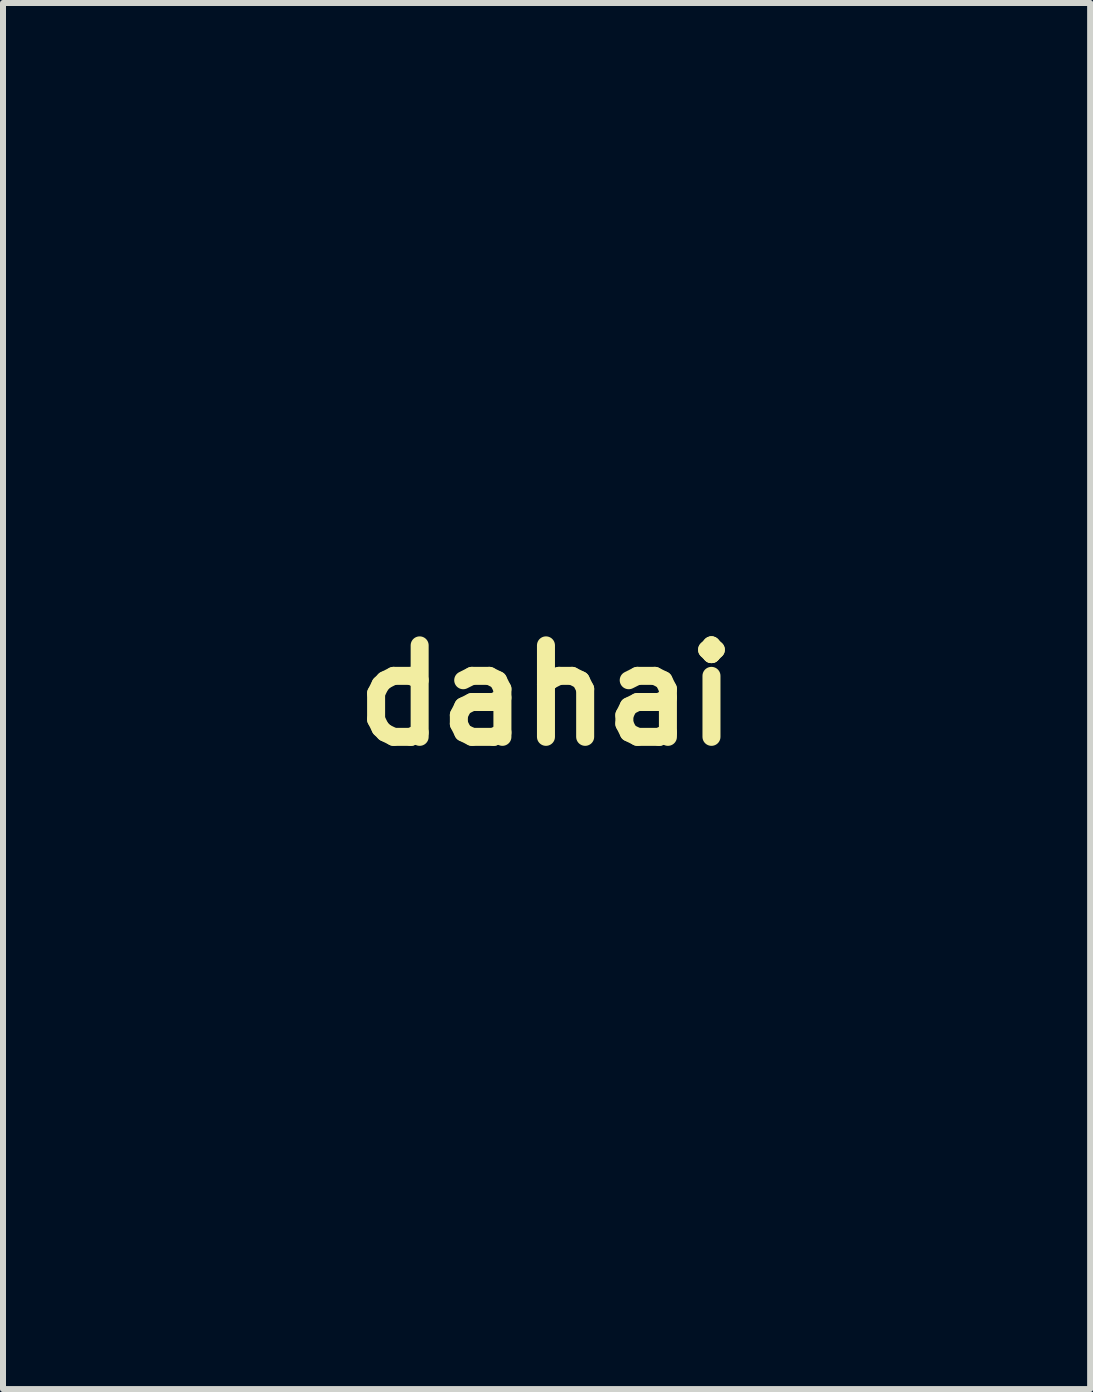
<source format=kicad_pcb>
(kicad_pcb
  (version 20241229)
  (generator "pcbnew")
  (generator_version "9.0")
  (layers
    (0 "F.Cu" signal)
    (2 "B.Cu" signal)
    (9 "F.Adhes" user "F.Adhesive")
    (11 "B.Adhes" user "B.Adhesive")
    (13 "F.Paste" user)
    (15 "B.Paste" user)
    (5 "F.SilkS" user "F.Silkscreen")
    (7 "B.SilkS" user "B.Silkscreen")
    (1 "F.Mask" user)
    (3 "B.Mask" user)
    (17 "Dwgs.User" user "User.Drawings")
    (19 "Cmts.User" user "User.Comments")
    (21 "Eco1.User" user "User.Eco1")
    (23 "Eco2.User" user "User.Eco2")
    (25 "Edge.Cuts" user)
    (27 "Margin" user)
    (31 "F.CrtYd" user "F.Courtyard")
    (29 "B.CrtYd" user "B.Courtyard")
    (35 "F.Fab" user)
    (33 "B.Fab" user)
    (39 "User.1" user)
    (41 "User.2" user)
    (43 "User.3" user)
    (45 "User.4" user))
  (footprint "dahai"
    (layer "F.Cu")
    (at 6.047 8.538)
    (property "Reference" "dahai" (at 0 0 0) (layer "F.SilkS") (effects (font (size 1.524 1.524) (thickness 0.3))))
    (attr through_hole)
    (fp_poly (pts (xy -2.54 -7.07) (xy -2.582 -7.027) (xy -2.625 -7.07) (xy -2.582 -7.112) (xy -2.54 -7.07)) (stroke (width 0.01) (type solid)) (fill yes) (layer "F.Mask"))
    (fp_poly (pts (xy 2.709 0.889) (xy 2.667 0.931) (xy 2.625 0.889) (xy 2.667 0.847) (xy 2.709 0.889)) (stroke (width 0.01) (type solid)) (fill yes) (layer "F.Mask"))
    (fp_poly (pts (xy 2.512 0.79) (xy 2.522 0.891) (xy 2.512 0.903) (xy 2.461 0.891) (xy 2.455 0.847) (xy 2.486 0.777) (xy 2.512 0.79)) (stroke (width 0.01) (type solid)) (fill yes) (layer "F.Mask"))
    (fp_poly (pts (xy 2.85 0.79) (xy 2.861 0.891) (xy 2.85 0.903) (xy 2.8 0.891) (xy 2.794 0.847) (xy 2.825 0.777) (xy 2.85 0.79)) (stroke (width 0.01) (type solid)) (fill yes) (layer "F.Mask"))
    (fp_poly (pts (xy 3.298 -2.238) (xy 3.319 -2.218) (xy 3.377 -2.103) (xy 3.319 -2.015) (xy 3.243 -1.973) (xy 3.218 -2.076) (xy 3.217 -2.117) (xy 3.234 -2.251) (xy 3.298 -2.238)) (stroke (width 0.01) (type solid)) (fill yes) (layer "F.Mask"))
    (fp_poly (pts (xy -1.87 -7.638) (xy -1.863 -7.595) (xy -1.922 -7.439) (xy -2.053 -7.311) (xy -2.14 -7.281) (xy -2.148 -7.33) (xy -2.08 -7.415) (xy -1.993 -7.551) (xy -1.994 -7.627) (xy -1.98 -7.7) (xy -1.952 -7.705) (xy -1.87 -7.638)) (stroke (width 0.01) (type solid)) (fill yes) (layer "F.Mask"))
    (fp_poly (pts (xy 2.549 -2.831) (xy 2.588 -2.754) (xy 2.528 -2.7) (xy 2.321 -2.629) (xy 2.169 -2.697) (xy 2.153 -2.718) (xy 2.16 -2.776) (xy 2.275 -2.755) (xy 2.422 -2.743) (xy 2.455 -2.793) (xy 2.508 -2.846) (xy 2.549 -2.831)) (stroke (width 0.01) (type solid)) (fill yes) (layer "F.Mask"))
    (fp_poly (pts (xy 3.342 -1.542) (xy 3.344 -1.523) (xy 3.23 -1.464) (xy 3.03 -1.439) (xy 3.029 -1.439) (xy 2.858 -1.448) (xy 2.799 -1.468) (xy 2.801 -1.47) (xy 2.915 -1.518) (xy 3.086 -1.55) (xy 3.25 -1.56) (xy 3.342 -1.542)) (stroke (width 0.01) (type solid)) (fill yes) (layer "F.Mask"))
    (fp_poly (pts (xy 3.571 0.657) (xy 3.698 0.698) (xy 3.667 0.735) (xy 3.592 0.763) (xy 3.264 0.867) (xy 3.066 0.893) (xy 2.978 0.842) (xy 2.97 0.785) (xy 2.992 0.704) (xy 3.016 0.732) (xy 3.111 0.786) (xy 3.26 0.776) (xy 3.372 0.714) (xy 3.387 0.675) (xy 3.455 0.641) (xy 3.571 0.657)) (stroke (width 0.01) (type solid)) (fill yes) (layer "F.Mask"))
    (fp_poly (pts (xy 3.92 -2.909) (xy 3.942 -2.898) (xy 4.027 -2.819) (xy 3.964 -2.733) (xy 3.833 -2.693) (xy 3.747 -2.756) (xy 3.713 -2.836) (xy 3.81 -2.836) (xy 3.852 -2.794) (xy 3.895 -2.836) (xy 3.852 -2.879) (xy 3.81 -2.836) (xy 3.713 -2.836) (xy 3.697 -2.875) (xy 3.769 -2.938) (xy 3.92 -2.909)) (stroke (width 0.01) (type solid)) (fill yes) (layer "F.Mask"))
    (fp_poly (pts (xy -1.299 3.547) (xy -1.06 3.655) (xy -1.253 3.759) (xy -1.386 3.84) (xy -1.382 3.913) (xy -1.276 4.016) (xy -1.169 4.195) (xy -1.205 4.363) (xy -1.364 4.471) (xy -1.486 4.487) (xy -1.659 4.439) (xy -1.797 4.27) (xy -1.84 4.186) (xy -1.928 3.939) (xy -1.909 3.77) (xy -1.896 3.748) (xy -1.701 3.539) (xy -1.472 3.494) (xy -1.299 3.547)) (stroke (width 0.01) (type solid)) (fill yes) (layer "F.Mask"))
    (fp_poly (pts (xy -0.401 3.535) (xy -0.234 3.652) (xy -0.163 3.719) (xy 0.018 3.973) (xy 0.067 4.21) (xy 0.000362 4.398) (xy -0.168 4.505) (xy -0.422 4.498) (xy -0.508 4.47) (xy -0.649 4.404) (xy -0.645 4.342) (xy -0.578 4.286) (xy -0.485 4.153) (xy -0.513 4.059) (xy -0.58 3.866) (xy -0.581 3.66) (xy -0.517 3.52) (xy -0.507 3.513) (xy -0.401 3.535)) (stroke (width 0.01) (type solid)) (fill yes) (layer "F.Mask"))
    (fp_poly (pts (xy -1.473 4.945) (xy -1.27 5.038) (xy -1.128 5.124) (xy -1.128 5.156) (xy -1.249 5.162) (xy -1.409 5.197) (xy -1.414 5.297) (xy -1.27 5.461) (xy -1.122 5.674) (xy -1.128 5.886) (xy -1.202 5.994) (xy -1.402 6.09) (xy -1.638 6.032) (xy -1.821 5.892) (xy -2.03 5.612) (xy -2.096 5.349) (xy -2.013 5.128) (xy -1.951 5.066) (xy -1.714 4.934) (xy -1.473 4.945)) (stroke (width 0.01) (type solid)) (fill yes) (layer "F.Mask"))
    (fp_poly (pts (xy -0.283 5.048) (xy -0.107 5.204) (xy 0.019 5.427) (xy 0.067 5.667) (xy 0.01 5.871) (xy -0.003 5.888) (xy -0.184 5.99) (xy -0.434 6) (xy -0.678 5.918) (xy -0.725 5.887) (xy -0.829 5.798) (xy -0.794 5.765) (xy -0.656 5.76) (xy -0.468 5.726) (xy -0.438 5.634) (xy -0.554 5.5) (xy -0.651 5.338) (xy -0.641 5.157) (xy -0.534 5.028) (xy -0.481 5.01) (xy -0.283 5.048)) (stroke (width 0.01) (type solid)) (fill yes) (layer "F.Mask"))
    (fp_poly (pts (xy 2.728 -0.031) (xy 2.888 0.011) (xy 3.075 0.011) (xy 3.265 0.025) (xy 3.354 0.139) (xy 3.36 0.162) (xy 3.472 0.31) (xy 3.613 0.339) (xy 3.751 0.367) (xy 3.768 0.423) (xy 3.637 0.502) (xy 3.477 0.477) (xy 3.442 0.451) (xy 3.333 0.421) (xy 3.107 0.401) (xy 2.856 0.396) (xy 2.616 0.393) (xy 2.492 0.382) (xy 2.511 0.364) (xy 2.512 0.364) (xy 2.646 0.3) (xy 2.663 0.148) (xy 2.658 0.115) (xy 2.65 -0.031) (xy 2.713 -0.04) (xy 2.728 -0.031)) (stroke (width 0.01) (type solid)) (fill yes) (layer "F.Mask"))
    (fp_poly (pts (xy 2.703 -3.026) (xy 2.907 -2.93) (xy 2.991 -2.773) (xy 2.983 -2.689) (xy 2.843 -2.448) (xy 2.588 -2.316) (xy 2.238 -2.301) (xy 2.015 -2.344) (xy 1.854 -2.455) (xy 1.799 -2.636) (xy 1.806 -2.663) (xy 1.947 -2.663) (xy 1.965 -2.533) (xy 2.048 -2.472) (xy 2.242 -2.456) (xy 2.311 -2.455) (xy 2.561 -2.478) (xy 2.744 -2.534) (xy 2.777 -2.557) (xy 2.874 -2.722) (xy 2.825 -2.852) (xy 2.655 -2.932) (xy 2.387 -2.946) (xy 2.236 -2.925) (xy 2.035 -2.864) (xy 1.956 -2.756) (xy 1.947 -2.663) (xy 1.806 -2.663) (xy 1.846 -2.827) (xy 1.99 -2.97) (xy 2.059 -2.996) (xy 2.41 -3.052) (xy 2.703 -3.026)) (stroke (width 0.01) (type solid)) (fill yes) (layer "F.Mask"))
    (fp_poly (pts (xy -0.6 -8.517) (xy -0.269 -8.431) (xy -0.03 -8.287) (xy 0.081 -8.108) (xy 0.085 -8.066) (xy 0.019 -7.978) (xy -0.063 -7.975) (xy -0.186 -8.071) (xy -0.212 -8.166) (xy -0.288 -8.314) (xy -0.494 -8.406) (xy -0.801 -8.437) (xy -1.175 -8.399) (xy -1.264 -8.381) (xy -1.548 -8.298) (xy -1.787 -8.169) (xy -2.04 -7.959) (xy -2.17 -7.832) (xy -2.493 -7.468) (xy -2.663 -7.174) (xy -2.683 -6.946) (xy -2.574 -6.798) (xy -2.364 -6.716) (xy -2.22 -6.715) (xy -2.053 -6.715) (xy -1.983 -6.677) (xy -1.862 -6.615) (xy -1.671 -6.608) (xy -1.492 -6.651) (xy -1.414 -6.718) (xy -1.407 -6.893) (xy -1.504 -6.999) (xy -1.657 -6.988) (xy -1.67 -6.981) (xy -1.848 -6.925) (xy -2.019 -6.937) (xy -2.113 -7.011) (xy -2.117 -7.034) (xy -2.046 -7.098) (xy -1.956 -7.112) (xy -1.799 -7.171) (xy -1.747 -7.239) (xy -1.661 -7.345) (xy -1.564 -7.358) (xy -1.524 -7.281) (xy -1.509 -7.215) (xy -1.448 -7.117) (xy -1.317 -6.957) (xy -1.101 -6.71) (xy -0.962 -6.538) (xy -0.949 -6.468) (xy -1.059 -6.489) (xy -1.07 -6.493) (xy -1.171 -6.499) (xy -1.169 -6.427) (xy -1.063 -6.324) (xy -0.925 -6.278) (xy -0.748 -6.226) (xy -0.672 -6.171) (xy -0.562 -6.129) (xy -0.38 -6.144) (xy -0.198 -6.202) (xy -0.091 -6.283) (xy -0.085 -6.308) (xy -0.156 -6.398) (xy -0.34 -6.524) (xy -0.55 -6.635) (xy -0.813 -6.77) (xy -0.952 -6.878) (xy -1.003 -6.996) (xy -1.006 -7.09) (xy -0.99 -7.218) (xy -0.961 -7.187) (xy -0.958 -7.176) (xy -0.862 -7.045) (xy -0.705 -7.057) (xy -0.597 -7.133) (xy -0.518 -7.197) (xy -0.541 -7.137) (xy -0.543 -7.132) (xy -0.523 -7.034) (xy -0.4 -6.948) (xy -0.241 -6.907) (xy -0.127 -6.929) (xy 0.032 -6.979) (xy 0.077 -6.983) (xy 0.207 -7.045) (xy 0.231 -7.086) (xy 0.189 -7.197) (xy 0.02 -7.309) (xy -0.233 -7.405) (xy -0.53 -7.466) (xy -0.656 -7.476) (xy -1.017 -7.538) (xy -1.245 -7.676) (xy -0.734 -7.676) (xy -0.722 -7.626) (xy -0.677 -7.62) (xy -0.608 -7.651) (xy -0.621 -7.676) (xy -0.721 -7.687) (xy -0.734 -7.676) (xy -1.245 -7.676) (xy -1.257 -7.684) (xy -1.39 -7.825) (xy -1.383 -7.871) (xy -1.24 -7.818) (xy -1.189 -7.791) (xy -1.025 -7.761) (xy -0.93 -7.833) (xy -0.772 -7.941) (xy -0.684 -7.959) (xy -0.5 -8.014) (xy -0.443 -8.057) (xy -0.346 -8.089) (xy -0.284 -8.009) (xy -0.277 -7.874) (xy -0.331 -7.757) (xy -0.364 -7.671) (xy -0.268 -7.614) (xy -0.155 -7.588) (xy 0.168 -7.472) (xy 0.358 -7.294) (xy 0.404 -7.076) (xy 0.295 -6.84) (xy 0.258 -6.797) (xy 0.152 -6.651) (xy 0.147 -6.5) (xy 0.195 -6.351) (xy 0.251 -6.155) (xy 0.215 -6.03) (xy 0.096 -5.919) (xy -0.104 -5.801) (xy -0.274 -5.757) (xy -0.382 -5.726) (xy -0.356 -5.646) (xy -0.214 -5.536) (xy 0.022 -5.415) (xy 0.129 -5.371) (xy 0.423 -5.285) (xy 0.653 -5.289) (xy 0.743 -5.315) (xy 0.996 -5.355) (xy 1.125 -5.322) (xy 1.247 -5.306) (xy 1.413 -5.393) (xy 1.606 -5.553) (xy 1.798 -5.755) (xy 1.922 -5.938) (xy 1.947 -6.021) (xy 1.957 -6.142) (xy 2.017 -6.171) (xy 2.176 -6.122) (xy 2.231 -6.101) (xy 2.402 -6.064) (xy 2.484 -6.135) (xy 2.487 -6.142) (xy 2.592 -6.221) (xy 2.672 -6.209) (xy 2.82 -6.211) (xy 2.872 -6.255) (xy 2.982 -6.293) (xy 3.17 -6.255) (xy 3.374 -6.165) (xy 3.535 -6.046) (xy 3.585 -5.972) (xy 3.7 -5.869) (xy 3.829 -5.842) (xy 3.939 -5.812) (xy 4.056 -5.706) (xy 4.199 -5.498) (xy 4.391 -5.162) (xy 4.401 -5.143) (xy 4.594 -4.77) (xy 4.715 -4.474) (xy 4.785 -4.192) (xy 4.825 -3.857) (xy 4.829 -3.803) (xy 4.879 -3.385) (xy 4.961 -3.089) (xy 5.065 -2.9) (xy 5.252 -2.638) (xy 4.827 -2.084) (xy 4.63 -1.816) (xy 4.482 -1.593) (xy 4.407 -1.453) (xy 4.403 -1.433) (xy 4.453 -1.311) (xy 4.579 -1.129) (xy 4.62 -1.079) (xy 4.765 -0.874) (xy 4.945 -0.577) (xy 5.123 -0.249) (xy 5.137 -0.22) (xy 5.298 0.087) (xy 5.447 0.348) (xy 5.556 0.515) (xy 5.569 0.53) (xy 5.697 0.777) (xy 5.764 1.116) (xy 5.763 1.479) (xy 5.694 1.781) (xy 5.552 2.029) (xy 5.33 2.189) (xy 5.23 2.232) (xy 5.016 2.333) (xy 4.937 2.428) (xy 4.949 2.516) (xy 5.105 3.027) (xy 5.148 3.487) (xy 5.11 3.846) (xy 5.071 4.187) (xy 5.077 4.577) (xy 5.129 5.069) (xy 5.14 5.144) (xy 5.196 5.526) (xy 5.248 5.784) (xy 5.315 5.961) (xy 5.413 6.101) (xy 5.56 6.248) (xy 5.605 6.29) (xy 5.808 6.493) (xy 5.926 6.68) (xy 5.994 6.921) (xy 6.027 7.136) (xy 6.061 7.434) (xy 6.057 7.613) (xy 6.009 7.718) (xy 5.95 7.772) (xy 5.76 7.878) (xy 5.545 7.923) (xy 5.268 7.904) (xy 4.892 7.822) (xy 4.589 7.736) (xy 4.144 7.592) (xy 3.821 7.455) (xy 3.574 7.303) (xy 3.43 7.183) (xy 3.093 6.873) (xy 3.294 6.421) (xy 3.405 6.136) (xy 3.476 5.884) (xy 3.491 5.766) (xy 3.473 5.446) (xy 3.433 5.132) (xy 3.382 4.867) (xy 3.326 4.697) (xy 3.288 4.657) (xy 3.165 4.702) (xy 2.982 4.813) (xy 2.962 4.827) (xy 2.825 4.959) (xy 2.701 5.164) (xy 2.572 5.478) (xy 2.469 5.78) (xy 2.351 6.165) (xy 2.25 6.534) (xy 2.182 6.827) (xy 2.166 6.918) (xy 2.123 7.104) (xy 2.036 7.285) (xy 1.881 7.494) (xy 1.635 7.766) (xy 1.493 7.913) (xy 1.213 8.197) (xy 1.014 8.381) (xy 0.862 8.487) (xy 0.719 8.536) (xy 0.552 8.551) (xy 0.447 8.551) (xy 0.054 8.506) (xy -0.179 8.393) (xy -0.379 8.29) (xy -0.667 8.203) (xy -0.845 8.17) (xy -1.152 8.109) (xy -1.371 8.001) (xy -1.584 7.806) (xy -1.606 7.782) (xy -0.117 7.782) (xy -0.04 8.078) (xy 0.081 8.235) (xy 0.282 8.282) (xy 0.482 8.266) (xy 0.741 8.201) (xy 0.958 8.064) (xy 1.163 7.857) (xy 1.376 7.622) (xy 1.573 7.413) (xy 1.66 7.326) (xy 1.791 7.129) (xy 1.886 6.865) (xy 1.897 6.816) (xy 1.947 6.586) (xy 2.035 6.251) (xy 2.144 5.864) (xy 2.208 5.652) (xy 2.345 5.233) (xy 2.463 4.95) (xy 2.577 4.773) (xy 2.674 4.686) (xy 2.866 4.501) (xy 2.99 4.3) (xy 3.09 4.054) (xy 3.372 4.345) (xy 3.523 4.521) (xy 3.621 4.703) (xy 3.687 4.947) (xy 3.741 5.292) (xy 3.782 5.637) (xy 3.789 5.875) (xy 3.756 6.066) (xy 3.677 6.271) (xy 3.638 6.356) (xy 3.53 6.603) (xy 3.495 6.758) (xy 3.526 6.879) (xy 3.577 6.964) (xy 3.721 7.084) (xy 3.983 7.219) (xy 4.32 7.354) (xy 4.689 7.476) (xy 5.048 7.572) (xy 5.353 7.627) (xy 5.561 7.627) (xy 5.599 7.614) (xy 5.722 7.459) (xy 5.754 7.203) (xy 5.692 6.89) (xy 5.658 6.8) (xy 5.559 6.562) (xy 5.51 6.858) (xy 5.466 7.048) (xy 5.381 7.131) (xy 5.2 7.149) (xy 5.122 7.148) (xy 4.865 7.109) (xy 4.535 7.014) (xy 4.255 6.904) (xy 3.92 6.726) (xy 3.748 6.564) (xy 3.736 6.409) (xy 3.877 6.253) (xy 3.893 6.242) (xy 3.987 6.156) (xy 4.023 6.038) (xy 4.01 5.835) (xy 3.984 5.666) (xy 3.917 5.295) (xy 3.847 4.951) (xy 3.783 4.672) (xy 3.732 4.498) (xy 3.711 4.46) (xy 3.682 4.436) (xy 3.846 4.436) (xy 3.861 4.515) (xy 3.903 4.674) (xy 3.965 4.948) (xy 4.037 5.282) (xy 4.054 5.368) (xy 4.142 5.772) (xy 4.217 6.036) (xy 4.291 6.187) (xy 4.376 6.254) (xy 4.45 6.265) (xy 4.546 6.187) (xy 4.58 5.99) (xy 4.572 5.285) (xy 4.504 4.712) (xy 4.472 4.563) (xy 4.377 4.172) (xy 4.092 4.26) (xy 3.903 4.338) (xy 3.846 4.436) (xy 3.682 4.436) (xy 3.637 4.399) (xy 3.481 4.26) (xy 3.372 4.16) (xy 3.062 3.875) (xy 2.924 4.143) (xy 2.778 4.346) (xy 2.61 4.476) (xy 2.599 4.481) (xy 2.496 4.559) (xy 2.384 4.729) (xy 2.252 5.015) (xy 2.088 5.44) (xy 2.079 5.465) (xy 1.945 5.856) (xy 1.841 6.213) (xy 1.777 6.492) (xy 1.764 6.634) (xy 1.752 6.789) (xy 1.677 6.949) (xy 1.516 7.151) (xy 1.296 7.382) (xy 0.974 7.679) (xy 0.721 7.836) (xy 0.522 7.86) (xy 0.357 7.756) (xy 0.301 7.686) (xy 0.179 7.385) (xy 0.189 7.31) (xy 0.254 7.31) (xy 0.308 7.478) (xy 0.433 7.655) (xy 0.577 7.773) (xy 0.635 7.789) (xy 0.746 7.731) (xy 0.933 7.578) (xy 1.159 7.359) (xy 1.202 7.314) (xy 1.416 7.076) (xy 1.575 6.878) (xy 1.649 6.756) (xy 1.651 6.744) (xy 1.573 6.686) (xy 1.356 6.672) (xy 1.291 6.676) (xy 1.058 6.679) (xy 0.952 6.637) (xy 0.931 6.563) (xy 0.885 6.538) (xy 0.753 6.643) (xy 0.593 6.816) (xy 0.413 7.039) (xy 0.29 7.222) (xy 0.254 7.31) (xy 0.189 7.31) (xy 0.221 7.087) (xy 0.391 6.852) (xy 0.589 6.637) (xy 0.78 6.382) (xy 0.8 6.35) (xy 0.802 6.347) (xy 1.074 6.347) (xy 1.1 6.546) (xy 1.204 6.618) (xy 1.38 6.552) (xy 1.503 6.456) (xy 1.604 6.312) (xy 1.733 6.052) (xy 1.868 5.72) (xy 1.93 5.546) (xy 2.05 5.197) (xy 2.154 4.896) (xy 2.227 4.69) (xy 2.247 4.636) (xy 2.259 4.54) (xy 2.173 4.497) (xy 1.966 4.487) (xy 1.742 4.502) (xy 1.629 4.568) (xy 1.571 4.719) (xy 1.571 4.72) (xy 1.515 4.908) (xy 1.415 5.199) (xy 1.292 5.536) (xy 1.262 5.616) (xy 1.126 6.034) (xy 1.074 6.347) (xy 0.802 6.347) (xy 0.903 6.154) (xy 1.034 5.86) (xy 1.176 5.512) (xy 1.313 5.152) (xy 1.427 4.825) (xy 1.502 4.574) (xy 1.524 4.455) (xy 1.457 4.34) (xy 1.312 4.233) (xy 1.152 4.084) (xy 1.118 3.913) (xy 1.185 3.913) (xy 1.264 4.071) (xy 1.476 4.213) (xy 1.785 4.323) (xy 2.154 4.387) (xy 2.308 4.395) (xy 2.541 4.376) (xy 2.691 4.276) (xy 2.795 4.128) (xy 2.924 3.793) (xy 2.963 3.37) (xy 2.977 3.099) (xy 3.013 2.902) (xy 3.048 2.836) (xy 3.098 2.881) (xy 3.127 3.075) (xy 3.133 3.272) (xy 3.144 3.569) (xy 3.195 3.768) (xy 3.309 3.937) (xy 3.398 4.033) (xy 3.663 4.307) (xy 4.096 4.136) (xy 4.349 4.024) (xy 4.536 3.918) (xy 4.596 3.867) (xy 4.632 3.704) (xy 4.62 3.433) (xy 4.568 3.108) (xy 4.483 2.78) (xy 4.404 2.565) (xy 4.301 2.35) (xy 4.213 2.259) (xy 4.088 2.26) (xy 3.965 2.295) (xy 3.764 2.331) (xy 3.442 2.361) (xy 3.051 2.38) (xy 2.75 2.386) (xy 1.816 2.39) (xy 1.5 3.079) (xy 1.358 3.404) (xy 1.249 3.683) (xy 1.19 3.872) (xy 1.185 3.913) (xy 1.118 3.913) (xy 1.107 3.857) (xy 1.177 3.539) (xy 1.359 3.123) (xy 1.465 2.906) (xy 1.537 2.717) (xy 1.584 2.518) (xy 1.611 2.269) (xy 1.626 1.928) (xy 1.635 1.475) (xy 1.638 1.058) (xy 1.635 0.711) (xy 1.626 0.463) (xy 1.613 0.345) (xy 1.609 0.34) (xy 1.47 0.423) (xy 1.327 0.642) (xy 1.194 0.965) (xy 1.085 1.359) (xy 1.032 1.651) (xy 0.971 1.935) (xy 0.873 2.1) (xy 0.77 2.171) (xy 0.513 2.231) (xy 0.307 2.152) (xy 0.192 1.952) (xy 0.191 1.949) (xy 0.266 1.949) (xy 0.354 2.091) (xy 0.539 2.115) (xy 0.768 2.029) (xy 0.897 1.879) (xy 0.931 1.65) (xy 0.962 1.418) (xy 1.04 1.103) (xy 1.137 0.812) (xy 1.243 0.515) (xy 1.286 0.334) (xy 1.273 0.227) (xy 1.219 0.162) (xy 1.099 0.125) (xy 0.973 0.221) (xy 0.831 0.463) (xy 0.718 0.72) (xy 0.583 1.027) (xy 0.435 1.336) (xy 0.417 1.371) (xy 0.284 1.704) (xy 0.266 1.949) (xy 0.191 1.949) (xy 0.184 1.903) (xy 0.182 1.766) (xy 0.215 1.601) (xy 0.293 1.381) (xy 0.427 1.079) (xy 0.626 0.667) (xy 0.741 0.438) (xy 0.877 0.148) (xy 0.976 -0.097) (xy 1.016 -0.246) (xy 1.016 -0.25) (xy 1.074 -0.398) (xy 1.218 -0.578) (xy 1.249 -0.608) (xy 1.434 -0.747) (xy 1.651 -0.867) (xy 1.853 -0.947) (xy 1.994 -0.968) (xy 2.032 -0.934) (xy 1.959 -0.866) (xy 1.783 -0.806) (xy 1.78 -0.805) (xy 1.594 -0.718) (xy 1.385 -0.559) (xy 1.206 -0.376) (xy 1.107 -0.214) (xy 1.101 -0.178) (xy 1.157 -0.082) (xy 1.293 0.066) (xy 1.31 0.082) (xy 1.468 0.208) (xy 1.58 0.216) (xy 1.651 0.17) (xy 1.762 0.098) (xy 1.819 0.129) (xy 1.825 0.283) (xy 1.787 0.578) (xy 1.777 0.64) (xy 1.715 1.116) (xy 1.692 1.543) (xy 1.704 1.893) (xy 1.752 2.134) (xy 1.827 2.235) (xy 2.005 2.266) (xy 2.304 2.283) (xy 2.676 2.286) (xy 3.072 2.276) (xy 3.444 2.254) (xy 3.746 2.222) (xy 3.895 2.191) (xy 4.21 2.097) (xy 4.256 1.535) (xy 4.264 1.143) (xy 4.237 0.691) (xy 4.219 0.55) (xy 4.318 0.55) (xy 4.36 0.593) (xy 4.403 0.55) (xy 4.36 0.508) (xy 4.318 0.55) (xy 4.219 0.55) (xy 4.192 0.339) (xy 4.166 0.178) (xy 4.371 0.178) (xy 4.448 0.425) (xy 4.497 0.528) (xy 4.625 0.879) (xy 4.63 1.21) (xy 4.612 1.455) (xy 4.623 1.637) (xy 4.63 1.661) (xy 4.741 1.764) (xy 4.906 1.758) (xy 5.053 1.652) (xy 5.077 1.615) (xy 5.118 1.522) (xy 5.13 1.421) (xy 5.106 1.284) (xy 5.036 1.082) (xy 4.914 0.786) (xy 4.73 0.37) (xy 4.697 0.296) (xy 4.575 0.031) (xy 4.497 -0.098) (xy 4.446 -0.111) (xy 4.4 -0.028) (xy 4.395 -0.016) (xy 4.371 0.178) (xy 4.166 0.178) (xy 4.132 -0.04) (xy 4.113 -0.264) (xy 4.133 -0.331) (xy 4.194 -0.237) (xy 4.226 -0.16) (xy 4.283 -0.03) (xy 4.305 -0.047) (xy 4.311 -0.212) (xy 4.286 -0.56) (xy 4.183 -0.783) (xy 3.986 -0.916) (xy 3.955 -0.927) (xy 3.761 -0.973) (xy 3.614 -0.926) (xy 3.472 -0.805) (xy 3.278 -0.663) (xy 3.042 -0.602) (xy 2.838 -0.593) (xy 2.461 -0.642) (xy 2.22 -0.788) (xy 2.136 -0.988) (xy 2.227 -0.988) (xy 2.341 -0.833) (xy 2.341 -0.832) (xy 2.547 -0.715) (xy 2.832 -0.679) (xy 3.129 -0.723) (xy 3.365 -0.842) (xy 3.505 -1.003) (xy 3.556 -1.141) (xy 3.522 -1.236) (xy 3.391 -1.221) (xy 3.365 -1.212) (xy 3.175 -1.174) (xy 2.891 -1.148) (xy 2.688 -1.143) (xy 2.386 -1.13) (xy 2.237 -1.083) (xy 2.227 -0.988) (xy 2.136 -0.988) (xy 2.118 -1.03) (xy 2.114 -1.093) (xy 2.052 -1.303) (xy 1.901 -1.535) (xy 1.705 -1.735) (xy 1.511 -1.851) (xy 1.445 -1.863) (xy 1.264 -1.93) (xy 1.138 -2.096) (xy 1.08 -2.308) (xy 1.083 -2.339) (xy 1.185 -2.339) (xy 1.234 -2.143) (xy 1.351 -2.005) (xy 1.489 -1.974) (xy 1.523 -1.989) (xy 1.62 -1.959) (xy 1.789 -1.827) (xy 1.994 -1.621) (xy 2 -1.615) (xy 2.227 -1.378) (xy 2.4 -1.247) (xy 2.566 -1.193) (xy 2.69 -1.185) (xy 2.962 -1.224) (xy 3.266 -1.32) (xy 3.347 -1.356) (xy 3.537 -1.461) (xy 3.68 -1.587) (xy 3.805 -1.774) (xy 3.945 -2.061) (xy 4.025 -2.245) (xy 4.039 -2.277) (xy 4.21 -2.277) (xy 4.262 -2.209) (xy 4.374 -2.295) (xy 4.399 -2.324) (xy 4.471 -2.499) (xy 4.446 -2.676) (xy 4.349 -2.77) (xy 4.275 -2.718) (xy 4.223 -2.538) (xy 4.218 -2.501) (xy 4.21 -2.277) (xy 4.039 -2.277) (xy 4.135 -2.501) (xy 3.824 -2.472) (xy 3.539 -2.488) (xy 3.337 -2.58) (xy 3.251 -2.726) (xy 3.256 -2.756) (xy 3.387 -2.756) (xy 3.454 -2.619) (xy 3.618 -2.553) (xy 3.817 -2.562) (xy 3.993 -2.65) (xy 4.047 -2.713) (xy 4.112 -2.877) (xy 4.104 -2.967) (xy 3.971 -3.042) (xy 3.769 -3.034) (xy 3.563 -2.962) (xy 3.418 -2.844) (xy 3.387 -2.756) (xy 3.256 -2.756) (xy 3.265 -2.821) (xy 3.401 -2.986) (xy 3.627 -3.12) (xy 3.866 -3.184) (xy 3.984 -3.174) (xy 4.115 -3.169) (xy 4.149 -3.279) (xy 4.1 -3.475) (xy 3.984 -3.577) (xy 3.843 -3.548) (xy 3.836 -3.542) (xy 3.713 -3.501) (xy 3.56 -3.595) (xy 3.552 -3.602) (xy 3.421 -3.704) (xy 3.335 -3.679) (xy 3.25 -3.568) (xy 3.085 -3.429) (xy 2.963 -3.429) (xy 2.787 -3.403) (xy 2.678 -3.292) (xy 2.547 -3.105) (xy 2.385 -3.305) (xy 2.223 -3.505) (xy 2.164 -3.319) (xy 2.101 -3.199) (xy 1.982 -3.162) (xy 1.79 -3.183) (xy 1.476 -3.233) (xy 1.509 -2.887) (xy 1.519 -2.665) (xy 1.482 -2.565) (xy 1.377 -2.54) (xy 1.364 -2.54) (xy 1.223 -2.492) (xy 1.185 -2.339) (xy 1.083 -2.339) (xy 1.099 -2.513) (xy 1.207 -2.658) (xy 1.272 -2.685) (xy 1.355 -2.724) (xy 1.38 -2.809) (xy 1.349 -2.987) (xy 1.309 -3.145) (xy 1.251 -3.409) (xy 1.249 -3.512) (xy 1.355 -3.512) (xy 1.422 -3.389) (xy 1.588 -3.335) (xy 1.692 -3.325) (xy 1.935 -3.334) (xy 2.072 -3.408) (xy 2.122 -3.48) (xy 2.201 -3.599) (xy 2.285 -3.585) (xy 2.376 -3.509) (xy 2.514 -3.414) (xy 2.629 -3.443) (xy 2.678 -3.481) (xy 2.86 -3.566) (xy 2.971 -3.573) (xy 3.127 -3.62) (xy 3.215 -3.721) (xy 3.293 -3.836) (xy 3.386 -3.836) (xy 3.516 -3.758) (xy 3.711 -3.676) (xy 3.862 -3.675) (xy 4.042 -3.672) (xy 4.117 -3.632) (xy 4.199 -3.594) (xy 4.231 -3.686) (xy 4.233 -3.783) (xy 4.192 -4.004) (xy 4.087 -4.299) (xy 3.946 -4.605) (xy 3.798 -4.861) (xy 3.691 -4.989) (xy 3.513 -5.065) (xy 3.255 -5.103) (xy 2.987 -5.101) (xy 2.779 -5.056) (xy 2.724 -5.021) (xy 2.565 -4.943) (xy 2.338 -4.911) (xy 2.041 -4.829) (xy 1.772 -4.599) (xy 1.552 -4.24) (xy 1.485 -4.073) (xy 1.378 -3.731) (xy 1.355 -3.512) (xy 1.249 -3.512) (xy 1.247 -3.62) (xy 1.302 -3.861) (xy 1.362 -4.044) (xy 1.557 -4.489) (xy 1.796 -4.794) (xy 2.102 -4.989) (xy 2.119 -4.996) (xy 2.289 -5.108) (xy 2.314 -5.215) (xy 2.315 -5.318) (xy 2.407 -5.316) (xy 2.527 -5.229) (xy 2.632 -5.171) (xy 2.712 -5.25) (xy 2.778 -5.322) (xy 2.793 -5.302) (xy 2.845 -5.286) (xy 2.921 -5.334) (xy 3.025 -5.386) (xy 3.048 -5.352) (xy 3.123 -5.284) (xy 3.308 -5.222) (xy 3.375 -5.209) (xy 3.634 -5.122) (xy 3.854 -4.941) (xy 4.064 -4.636) (xy 4.166 -4.445) (xy 4.265 -4.192) (xy 4.334 -3.911) (xy 4.365 -3.654) (xy 4.349 -3.475) (xy 4.318 -3.429) (xy 4.248 -3.312) (xy 4.232 -3.133) (xy 4.266 -2.965) (xy 4.345 -2.88) (xy 4.357 -2.879) (xy 4.491 -2.811) (xy 4.575 -2.704) (xy 4.603 -2.492) (xy 4.506 -2.275) (xy 4.316 -2.109) (xy 4.234 -2.075) (xy 4.095 -1.967) (xy 3.939 -1.761) (xy 3.805 -1.518) (xy 3.73 -1.301) (xy 3.725 -1.248) (xy 3.797 -1.148) (xy 3.975 -1.046) (xy 4.017 -1.029) (xy 4.246 -0.899) (xy 4.364 -0.737) (xy 4.422 -0.587) (xy 4.537 -0.324) (xy 4.691 0.011) (xy 4.834 0.312) (xy 5.001 0.672) (xy 5.136 0.988) (xy 5.223 1.222) (xy 5.248 1.328) (xy 5.198 1.653) (xy 5.056 1.842) (xy 4.947 1.884) (xy 4.726 1.866) (xy 4.576 1.706) (xy 4.494 1.399) (xy 4.476 1.136) (xy 4.47 0.904) (xy 4.462 0.802) (xy 4.448 0.842) (xy 4.424 1.032) (xy 4.391 1.346) (xy 4.358 1.712) (xy 4.355 1.974) (xy 4.391 2.195) (xy 4.471 2.44) (xy 4.529 2.588) (xy 4.668 3.023) (xy 4.733 3.427) (xy 4.721 3.762) (xy 4.63 3.991) (xy 4.61 4.013) (xy 4.53 4.139) (xy 4.531 4.314) (xy 4.566 4.464) (xy 4.618 4.714) (xy 4.67 5.057) (xy 4.709 5.4) (xy 4.746 5.707) (xy 4.792 5.942) (xy 4.837 6.059) (xy 4.841 6.063) (xy 4.834 6.139) (xy 4.719 6.264) (xy 4.696 6.283) (xy 4.516 6.396) (xy 4.36 6.397) (xy 4.26 6.358) (xy 4.05 6.319) (xy 3.88 6.379) (xy 3.81 6.518) (xy 3.81 6.518) (xy 3.883 6.592) (xy 4.073 6.697) (xy 4.334 6.813) (xy 4.621 6.923) (xy 4.888 7.007) (xy 5.085 7.046) (xy 5.287 7.044) (xy 5.378 6.977) (xy 5.403 6.881) (xy 5.354 6.668) (xy 5.193 6.458) (xy 5.047 6.294) (xy 4.976 6.177) (xy 4.976 6.159) (xy 4.972 6.053) (xy 4.947 5.819) (xy 4.904 5.497) (xy 4.872 5.276) (xy 4.805 4.656) (xy 4.788 4.064) (xy 4.799 3.805) (xy 4.816 3.363) (xy 4.782 3.017) (xy 4.711 2.748) (xy 4.631 2.504) (xy 4.581 2.331) (xy 4.572 2.285) (xy 4.642 2.222) (xy 4.823 2.118) (xy 4.994 2.033) (xy 5.252 1.896) (xy 5.392 1.765) (xy 5.46 1.596) (xy 5.469 1.553) (xy 5.49 1.284) (xy 5.467 1.051) (xy 5.399 0.878) (xy 5.265 0.6) (xy 5.086 0.255) (xy 4.883 -0.115) (xy 4.678 -0.473) (xy 4.492 -0.779) (xy 4.362 -0.974) (xy 4.177 -1.269) (xy 4.123 -1.504) (xy 4.201 -1.729) (xy 4.395 -1.977) (xy 4.646 -2.264) (xy 4.789 -2.47) (xy 4.836 -2.633) (xy 4.8 -2.787) (xy 4.732 -2.914) (xy 4.618 -3.204) (xy 4.574 -3.605) (xy 4.572 -3.704) (xy 4.561 -3.989) (xy 4.517 -4.231) (xy 4.423 -4.488) (xy 4.26 -4.818) (xy 4.212 -4.909) (xy 4.016 -5.257) (xy 3.866 -5.47) (xy 3.745 -5.571) (xy 3.677 -5.586) (xy 3.501 -5.648) (xy 3.321 -5.796) (xy 3.318 -5.8) (xy 3.129 -5.974) (xy 2.992 -5.997) (xy 2.923 -5.93) (xy 2.813 -5.884) (xy 2.749 -5.897) (xy 2.642 -5.892) (xy 2.625 -5.851) (xy 2.554 -5.776) (xy 2.45 -5.757) (xy 2.295 -5.7) (xy 2.066 -5.549) (xy 1.803 -5.338) (xy 1.544 -5.101) (xy 1.328 -4.871) (xy 1.193 -4.682) (xy 1.186 -4.666) (xy 1.13 -4.473) (xy 1.08 -4.173) (xy 1.045 -3.83) (xy 1.044 -3.81) (xy 1.015 -3.476) (xy 0.976 -3.192) (xy 0.935 -3.014) (xy 0.932 -3.006) (xy 0.817 -2.64) (xy 0.827 -2.341) (xy 0.967 -2.054) (xy 1.04 -1.957) (xy 1.226 -1.749) (xy 1.395 -1.602) (xy 1.46 -1.565) (xy 1.6 -1.451) (xy 1.598 -1.269) (xy 1.461 -1.037) (xy 1.195 -0.77) (xy 1.185 -0.762) (xy 0.968 -0.568) (xy 0.815 -0.41) (xy 0.762 -0.326) (xy 0.717 -0.221) (xy 0.6 -0.018) (xy 0.433 0.239) (xy 0.413 0.27) (xy 0.084 0.849) (xy -0.087 1.386) (xy -0.098 1.875) (xy -0.073 2.001) (xy 0.012 2.253) (xy 0.135 2.386) (xy 0.338 2.426) (xy 0.633 2.4) (xy 0.88 2.349) (xy 1.015 2.258) (xy 1.092 2.106) (xy 1.188 1.946) (xy 1.31 1.866) (xy 1.409 1.883) (xy 1.439 1.978) (xy 1.414 2.224) (xy 1.351 2.552) (xy 1.267 2.89) (xy 1.178 3.163) (xy 1.147 3.234) (xy 1.055 3.48) (xy 0.981 3.779) (xy 0.97 3.845) (xy 0.949 4.097) (xy 0.993 4.258) (xy 1.104 4.388) (xy 1.294 4.564) (xy 0.891 5.536) (xy 0.718 5.931) (xy 0.544 6.283) (xy 0.39 6.554) (xy 0.279 6.704) (xy 0.02 7.043) (xy -0.116 7.435) (xy -0.117 7.782) (xy -1.606 7.782) (xy -1.609 7.779) (xy -1.813 7.591) (xy -2.028 7.48) (xy -2.283 7.448) (xy -2.604 7.496) (xy -3.018 7.623) (xy -3.553 7.831) (xy -3.568 7.837) (xy -3.98 7.996) (xy -4.377 8.133) (xy -4.711 8.23) (xy -4.907 8.27) (xy -5.172 8.287) (xy -5.354 8.243) (xy -5.534 8.115) (xy -5.58 8.075) (xy -5.742 7.901) (xy -5.847 7.697) (xy -5.922 7.403) (xy -5.946 7.271) (xy -5.993 6.951) (xy -5.995 6.826) (xy -5.165 6.826) (xy -5.101 7.007) (xy -4.948 7.185) (xy -4.938 7.193) (xy -4.712 7.371) (xy -4.305 6.628) (xy -4.114 6.251) (xy -3.974 5.92) (xy -3.903 5.677) (xy -3.897 5.62) (xy -3.937 5.395) (xy -4.033 5.24) (xy -4.129 5.188) (xy -4.23 5.223) (xy -4.377 5.366) (xy -4.455 5.454) (xy -4.678 5.751) (xy -4.886 6.093) (xy -5.051 6.429) (xy -5.149 6.711) (xy -5.165 6.826) (xy -5.995 6.826) (xy -5.997 6.724) (xy -5.95 6.517) (xy -5.857 6.282) (xy -5.737 5.867) (xy -5.677 5.358) (xy -5.68 4.822) (xy -5.75 4.325) (xy -5.762 4.276) (xy -5.805 4.038) (xy -5.853 3.67) (xy -5.888 3.349) (xy -5.218 3.349) (xy -5.195 3.471) (xy -5.155 3.54) (xy -4.961 3.745) (xy -4.699 3.891) (xy -4.423 3.962) (xy -4.184 3.941) (xy -4.081 3.878) (xy -3.993 3.748) (xy -4.023 3.622) (xy -4.186 3.474) (xy -4.348 3.365) (xy -4.635 3.203) (xy -4.839 3.143) (xy -5.008 3.178) (xy -5.116 3.245) (xy -5.218 3.349) (xy -5.888 3.349) (xy -5.902 3.211) (xy -5.917 3.052) (xy -3.471 3.052) (xy -3.403 3.192) (xy -3.225 3.37) (xy -3.101 3.464) (xy -2.879 3.636) (xy -2.72 3.794) (xy -2.675 3.862) (xy -2.689 4.044) (xy -2.842 4.231) (xy -3.109 4.393) (xy -3.139 4.405) (xy -3.333 4.535) (xy -3.368 4.704) (xy -3.244 4.918) (xy -3.125 5.043) (xy -2.963 5.218) (xy -2.898 5.377) (xy -2.904 5.602) (xy -2.912 5.673) (xy -2.958 6.041) (xy -2.978 6.278) (xy -2.969 6.417) (xy -2.926 6.496) (xy -2.846 6.549) (xy -2.815 6.565) (xy -2.537 6.621) (xy -2.223 6.591) (xy -1.931 6.548) (xy -1.552 6.503) (xy -1.168 6.465) (xy -1.166 6.465) (xy -0.83 6.442) (xy -0.625 6.444) (xy -0.514 6.477) (xy -0.461 6.544) (xy -0.457 6.554) (xy -0.473 6.731) (xy -0.582 6.889) (xy -0.731 7.083) (xy -0.745 7.231) (xy -0.66 7.349) (xy -0.548 7.436) (xy -0.465 7.405) (xy -0.381 7.238) (xy -0.348 7.149) (xy -0.22 6.892) (xy -0.035 6.618) (xy 0.027 6.544) (xy 0.179 6.328) (xy 0.361 6.009) (xy 0.541 5.642) (xy 0.609 5.485) (xy 0.754 5.132) (xy 0.838 4.898) (xy 0.869 4.745) (xy 0.853 4.635) (xy 0.797 4.531) (xy 0.79 4.52) (xy 0.709 4.334) (xy 0.685 4.08) (xy 0.7 3.804) (xy 0.72 3.514) (xy 0.705 3.343) (xy 0.644 3.24) (xy 0.564 3.18) (xy 0.191 3.027) (xy -0.24 3.011) (xy -0.634 3.094) (xy -1.018 3.164) (xy -1.399 3.164) (xy -1.743 3.102) (xy -2.012 2.987) (xy -2.173 2.827) (xy -2.201 2.713) (xy -2.165 2.592) (xy -2.041 2.51) (xy -1.808 2.46) (xy -1.446 2.439) (xy -1.029 2.439) (xy -0.658 2.441) (xy -0.428 2.43) (xy -0.311 2.403) (xy -0.28 2.355) (xy -0.288 2.319) (xy -0.334 2.136) (xy -0.339 2.078) (xy -0.419 2.001) (xy -0.663 1.949) (xy -0.848 1.931) (xy -1.158 1.896) (xy -1.371 1.826) (xy -1.561 1.691) (xy -1.677 1.582) (xy -1.971 1.344) (xy -2.218 1.263) (xy -2.436 1.342) (xy -2.643 1.58) (xy -2.691 1.657) (xy -2.876 1.962) (xy -3.09 2.304) (xy -3.196 2.47) (xy -3.345 2.726) (xy -3.445 2.945) (xy -3.471 3.052) (xy -5.917 3.052) (xy -5.949 2.698) (xy -5.99 2.172) (xy -6.021 1.67) (xy -6.026 1.565) (xy -4.881 1.565) (xy -4.808 1.74) (xy -4.639 1.9) (xy -4.408 2.024) (xy -4.152 2.094) (xy -3.906 2.092) (xy -3.706 2) (xy -3.689 1.984) (xy -3.584 1.87) (xy -3.556 1.829) (xy -3.619 1.772) (xy -3.78 1.648) (xy -3.93 1.538) (xy -4.276 1.34) (xy -4.565 1.276) (xy -4.78 1.35) (xy -4.822 1.392) (xy -4.881 1.565) (xy -6.026 1.565) (xy -6.04 1.231) (xy -6.042 1.143) (xy -6.042 0.891) (xy -6.024 0.68) (xy -5.975 0.47) (xy -5.885 0.222) (xy -5.741 -0.105) (xy -5.567 -0.478) (xy -5.385 -0.882) (xy -5.233 -1.254) (xy -5.127 -1.555) (xy -5.081 -1.748) (xy -5.08 -1.766) (xy -5.125 -1.986) (xy -5.241 -2.263) (xy -5.332 -2.423) (xy -5.558 -2.815) (xy -5.682 -3.143) (xy -5.703 -3.318) (xy -4.983 -3.318) (xy -4.941 -3.234) (xy -4.698 -2.995) (xy -4.342 -2.836) (xy -3.917 -2.777) (xy -3.831 -2.778) (xy -3.547 -2.778) (xy -3.361 -2.732) (xy -3.2 -2.617) (xy -3.128 -2.548) (xy -2.956 -2.328) (xy -2.887 -2.097) (xy -2.926 -1.84) (xy -3.08 -1.541) (xy -3.356 -1.184) (xy -3.762 -0.755) (xy -4.014 -0.508) (xy -4.283 -0.238) (xy -4.515 0.016) (xy -4.672 0.215) (xy -4.709 0.274) (xy -4.781 0.45) (xy -4.749 0.574) (xy -4.657 0.677) (xy -4.531 0.783) (xy -4.409 0.801) (xy -4.219 0.737) (xy -4.185 0.723) (xy -3.908 0.586) (xy -3.65 0.43) (xy -3.642 0.424) (xy -3.316 0.125) (xy -2.981 -0.306) (xy -2.67 -0.819) (xy -2.428 -1.178) (xy -2.176 -1.372) (xy -1.917 -1.399) (xy -1.738 -1.321) (xy -1.602 -1.194) (xy -1.406 -0.962) (xy -1.18 -0.661) (xy -1.028 -0.444) (xy -0.734 -0.024) (xy -0.485 0.298) (xy -0.294 0.509) (xy -0.172 0.594) (xy -0.14 0.585) (xy -0.081 0.501) (xy 0.042 0.321) (xy 0.152 0.16) (xy 0.415 -0.231) (xy -0.334 -0.918) (xy -0.811 -1.389) (xy -0.838 -1.422) (xy 1.018 -1.422) (xy 1.07 -1.229) (xy 1.142 -1.141) (xy 1.214 -1.18) (xy 1.247 -1.294) (xy 1.161 -1.416) (xy 1.05 -1.489) (xy 1.018 -1.422) (xy -0.838 -1.422) (xy -1.146 -1.801) (xy -1.35 -2.172) (xy -1.435 -2.518) (xy -1.439 -2.609) (xy -1.439 -2.879) (xy 0.551 -2.879) (xy 0.665 -3.135) (xy 0.73 -3.349) (xy 0.732 -3.512) (xy 0.73 -3.516) (xy 0.613 -3.602) (xy 0.371 -3.638) (xy 0.042 -3.624) (xy -0.336 -3.558) (xy -0.386 -3.546) (xy -0.771 -3.499) (xy -1.076 -3.58) (xy -1.312 -3.799) (xy -1.491 -4.166) (xy -1.607 -4.601) (xy -1.711 -4.951) (xy -1.773 -5.071) (xy 0.017 -5.071) (xy 0.112 -4.98) (xy 0.296 -4.903) (xy 0.515 -4.853) (xy 0.712 -4.839) (xy 0.832 -4.873) (xy 0.847 -4.906) (xy 0.813 -4.995) (xy 0.69 -5.059) (xy 0.442 -5.115) (xy 0.34 -5.132) (xy 0.114 -5.158) (xy 0.019 -5.136) (xy 0.017 -5.071) (xy -1.773 -5.071) (xy -1.852 -5.226) (xy -1.958 -5.335) (xy -0.581 -5.335) (xy -0.558 -5.196) (xy -0.488 -5.103) (xy -0.404 -5.151) (xy -0.349 -5.266) (xy -0.405 -5.35) (xy -0.523 -5.408) (xy -0.581 -5.335) (xy -1.958 -5.335) (xy -2.011 -5.389) (xy -2.106 -5.419) (xy -2.158 -5.343) (xy -2.211 -5.149) (xy -2.234 -5.006) (xy -2.377 -4.533) (xy -2.657 -4.107) (xy -3.04 -3.776) (xy -3.153 -3.711) (xy -3.4 -3.606) (xy -3.675 -3.546) (xy -4.037 -3.521) (xy -4.205 -3.518) (xy -4.604 -3.507) (xy -4.853 -3.475) (xy -4.973 -3.415) (xy -4.983 -3.318) (xy -5.703 -3.318) (xy -5.72 -3.47) (xy -5.686 -3.854) (xy -5.679 -3.898) (xy -5.559 -4.337) (xy -5.348 -4.809) (xy -5.075 -5.271) (xy -4.8 -5.634) (xy -3.895 -5.634) (xy -3.844 -5.576) (xy -3.735 -5.608) (xy -3.628 -5.703) (xy -3.6 -5.757) (xy -1.143 -5.757) (xy -1.124 -5.685) (xy -1.063 -5.673) (xy -0.947 -5.717) (xy -0.931 -5.757) (xy -0.992 -5.84) (xy -1.011 -5.842) (xy -1.126 -5.78) (xy -1.143 -5.757) (xy -3.6 -5.757) (xy -3.595 -5.767) (xy -3.556 -5.84) (xy -2.984 -5.84) (xy -2.934 -5.761) (xy -2.841 -5.807) (xy -2.731 -5.971) (xy -2.677 -6.101) (xy -2.357 -6.101) (xy -2.346 -5.957) (xy -2.272 -5.945) (xy -2.172 -6.05) (xy -2.163 -6.075) (xy -1.84 -6.075) (xy -1.825 -6.019) (xy -1.722 -5.945) (xy -1.594 -5.93) (xy -1.526 -5.983) (xy -1.525 -5.99) (xy -1.567 -6.11) (xy -1.606 -6.18) (xy -1.7 -6.258) (xy -1.784 -6.209) (xy -1.84 -6.075) (xy -2.163 -6.075) (xy -2.131 -6.176) (xy -2.142 -6.319) (xy -2.215 -6.332) (xy -2.316 -6.227) (xy -2.357 -6.101) (xy -2.677 -6.101) (xy -2.662 -6.137) (xy -2.604 -6.379) (xy -2.615 -6.531) (xy -2.685 -6.567) (xy -2.789 -6.483) (xy -2.879 -6.315) (xy -2.958 -6.077) (xy -2.964 -6.051) (xy -2.984 -5.84) (xy -3.556 -5.84) (xy -3.506 -5.933) (xy -3.344 -6.154) (xy -3.248 -6.268) (xy -3.089 -6.481) (xy -3.042 -6.623) (xy -3.097 -6.672) (xy -3.243 -6.603) (xy -3.359 -6.507) (xy -3.503 -6.34) (xy -3.662 -6.11) (xy -3.8 -5.873) (xy -3.884 -5.687) (xy -3.895 -5.634) (xy -4.8 -5.634) (xy -4.765 -5.681) (xy -4.447 -5.996) (xy -4.241 -6.134) (xy -4.029 -6.275) (xy -3.801 -6.47) (xy -3.763 -6.507) (xy -3.546 -6.694) (xy -3.327 -6.83) (xy -3.289 -6.847) (xy -3.123 -6.963) (xy -2.918 -7.18) (xy -2.743 -7.415) (xy -2.346 -7.888) (xy -1.874 -8.241) (xy -1.354 -8.461) (xy -0.815 -8.533) (xy -0.6 -8.517)) (stroke (width 0.01) (type solid)) (fill yes) (layer "F.Mask")))
  (gr_rect
    (start -3 -3)
    (end 15.114 20.095)
    (stroke (width 0.1) (type default))
    (fill no)
    (layer "Edge.Cuts")))
</source>
